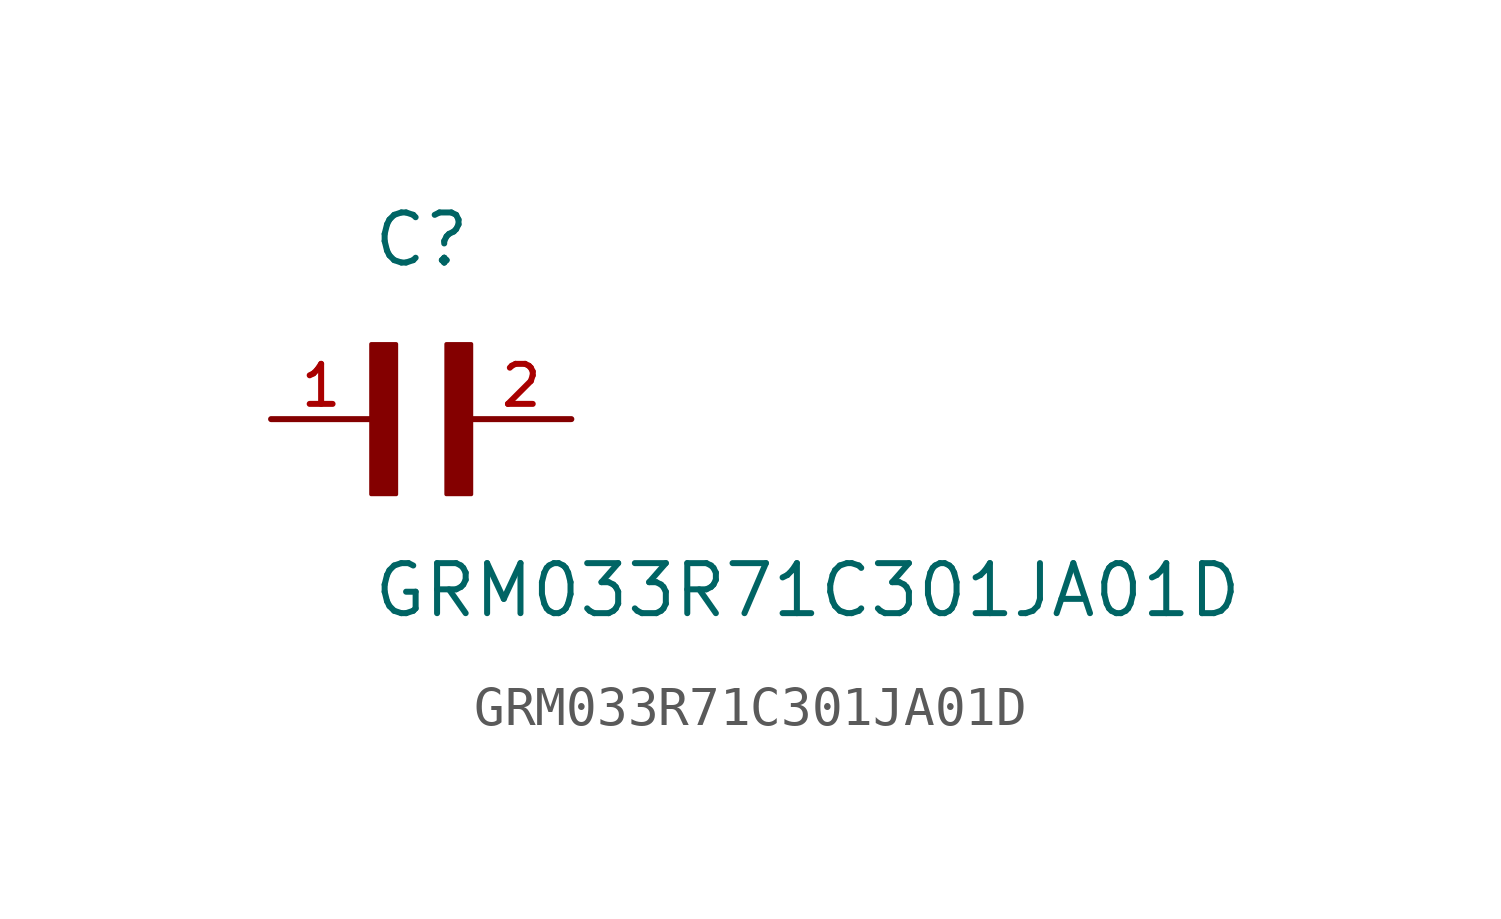
<source format=kicad_sym>
(kicad_symbol_lib
  (version 20211014)
  (generator kicad_symbol_editor)
  (symbol "GRM033R71C301JA01D"
    (pin_names
      (offset 1.016))
    (property "Reference" "C"
      (at 0.0 3.811 0)
      (effects (font (size 1.27 1.27)) (justify bottom left)))
    (property "Value" "GRM033R71C301JA01D"
      (at 0.0 -5.088 0)
      (effects (font (size 1.27 1.27)) (justify bottom left)))
    (symbol "GRM033R71C301JA01D_0_0"
      (rectangle (start 0.0 -1.907) (end 0.635 1.905) (stroke (width 0.1)) (fill (type outline)))
      (rectangle (start 1.907 -1.907) (end 2.54 1.905) (stroke (width 0.1)) (fill (type outline)))
      (pin passive line (at 5.08 0.0 180.0) (length 2.54) (name "~" (effects (font (size 1.016 1.016)))) (number "2" (effects (font (size 1.016 1.016)))))
      (pin passive line (at -2.54 0.0 0) (length 2.54) (name "~" (effects (font (size 1.016 1.016)))) (number "1" (effects (font (size 1.016 1.016))))))))
</source>
